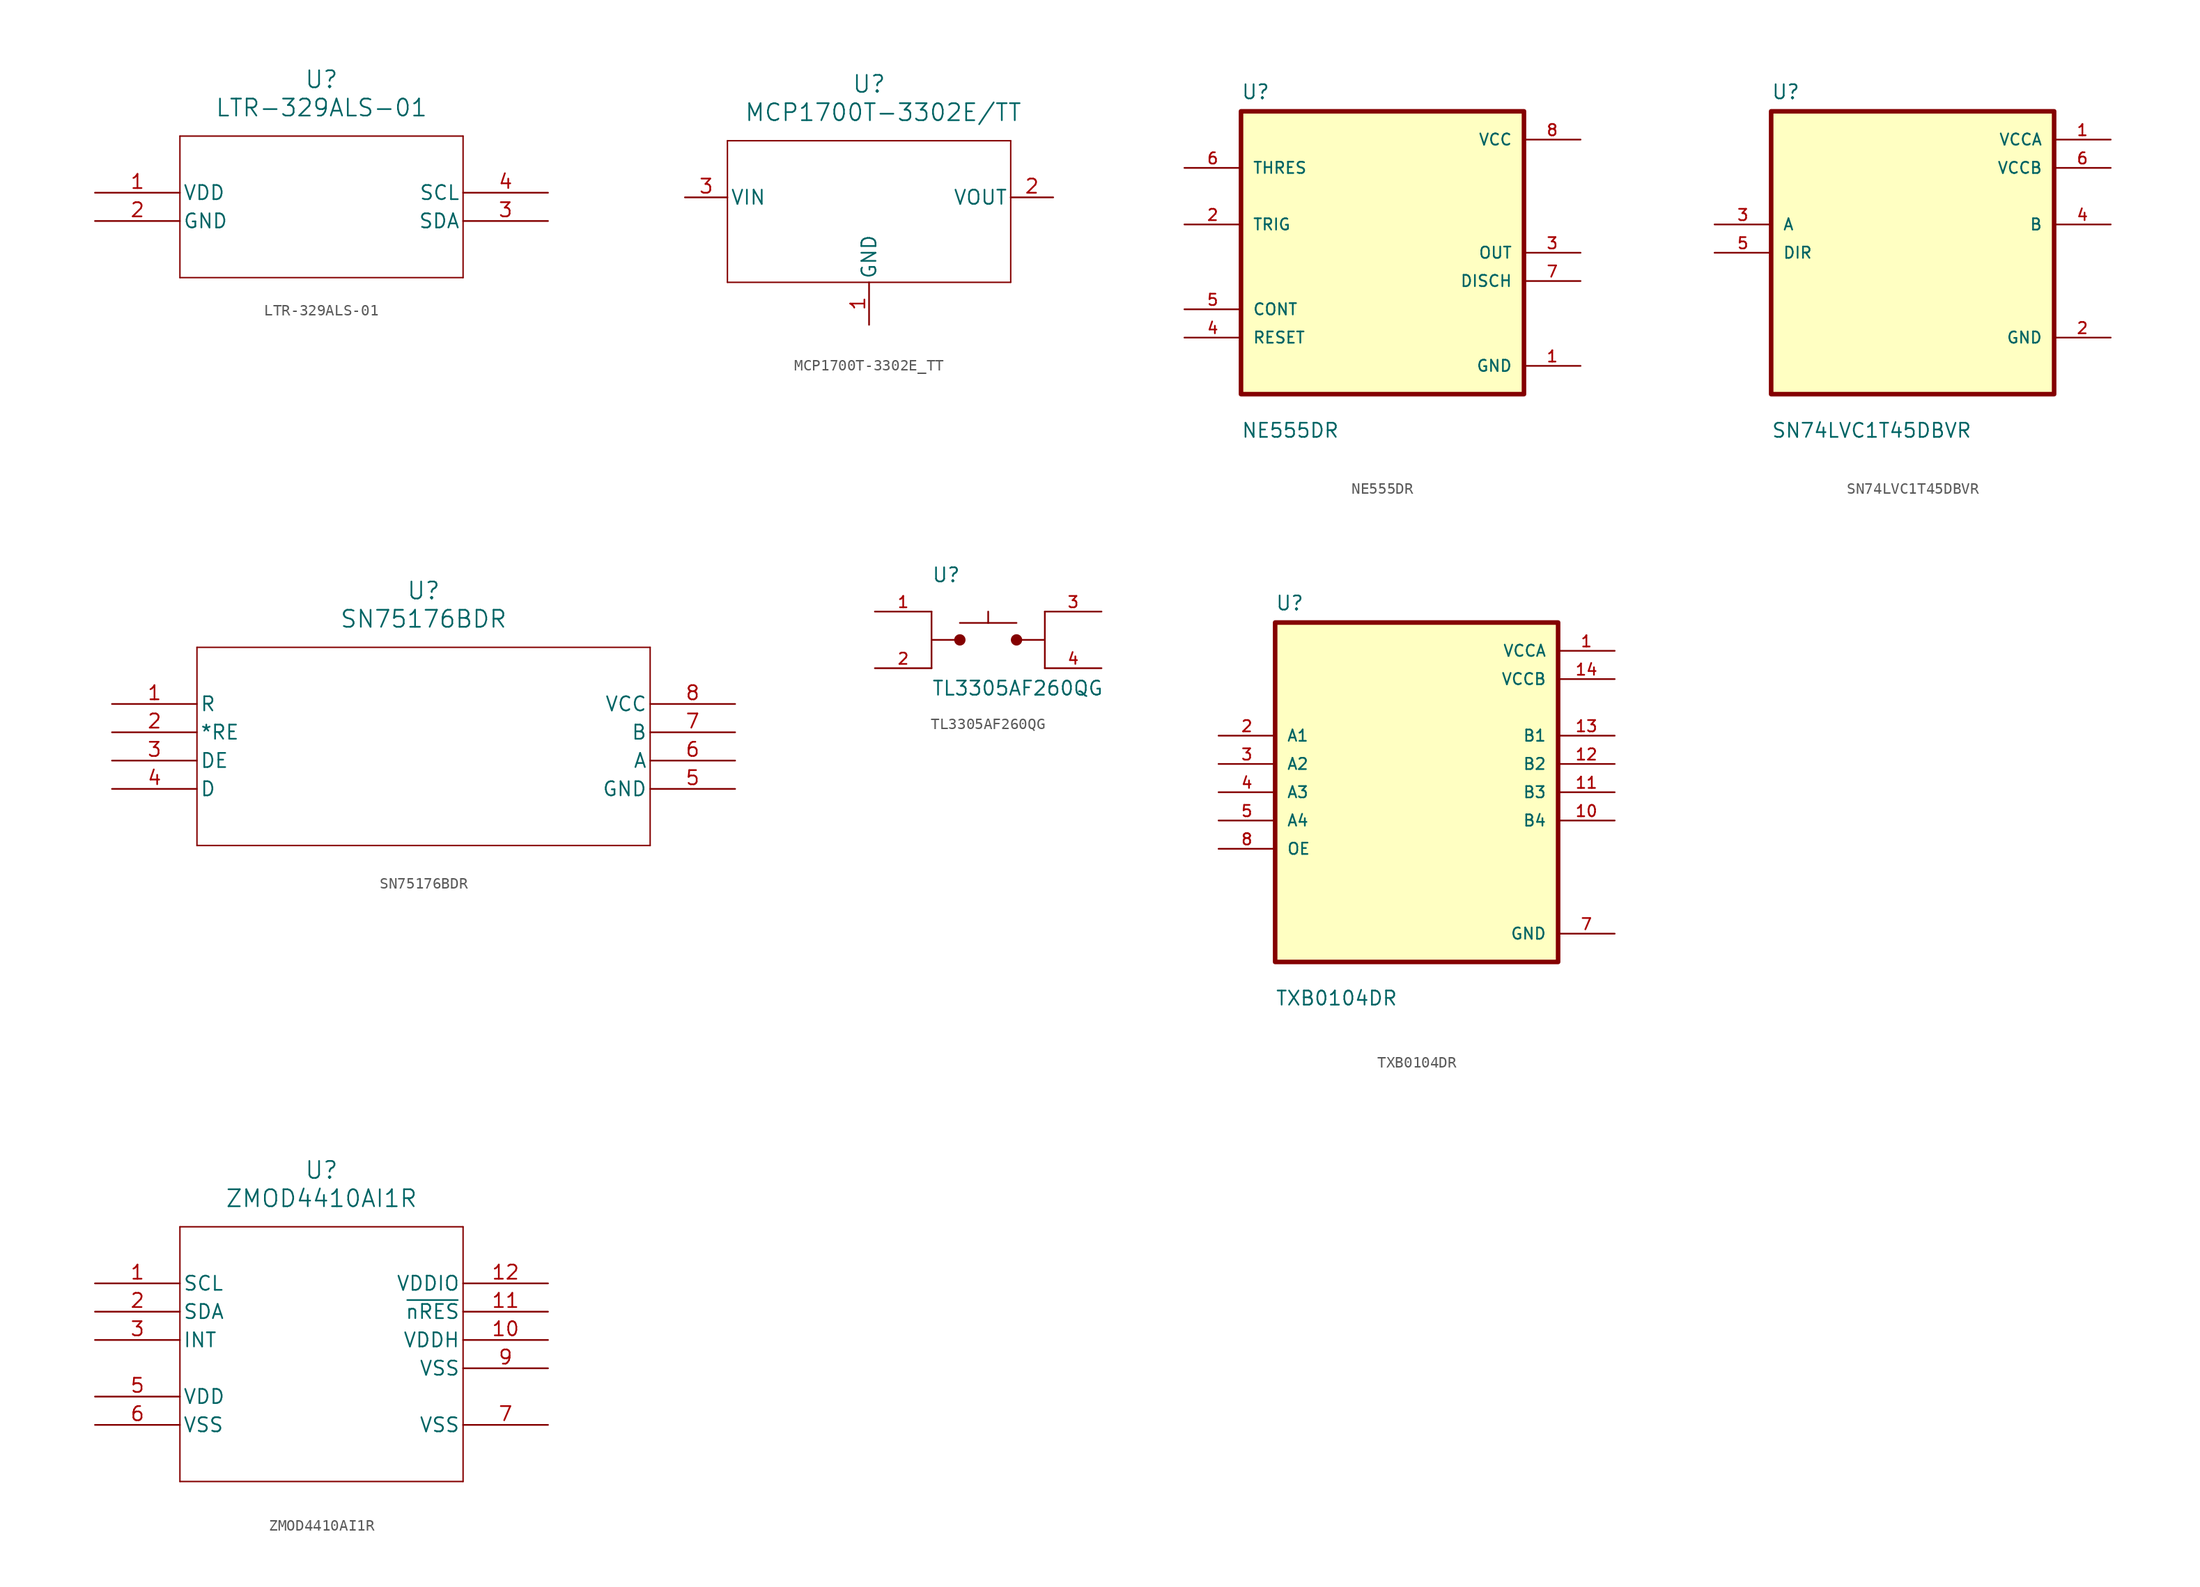
<source format=kicad_sym>
(kicad_symbol_lib
  (version 20241209)
  (generator "kicad_symbol_editor")
  (generator_version "9.0")
  (symbol "LTR-329ALS-01"
    (pin_names
      (offset 0.254))
    (property "Reference" "U"
      (at 20.32 10.16 0)
      (effects (font (size 1.524 1.524))))
    (property "Value" "LTR-329ALS-01"
      (at 20.32 7.62 0)
      (effects (font (size 1.524 1.524))))
    (property "ki_locked" ""
      (at 0 0 0)
      (effects (font (size 1.27 1.27))))
    (symbol "LTR-329ALS-01_0_1"
      (polyline (pts (xy 7.62 5.08) (xy 7.62 -7.62)) (stroke (width 0.127) (type default)) (fill (type none)))
      (polyline (pts (xy 7.62 -7.62) (xy 33.02 -7.62)) (stroke (width 0.127) (type default)) (fill (type none)))
      (polyline (pts (xy 33.02 5.08) (xy 7.62 5.08)) (stroke (width 0.127) (type default)) (fill (type none)))
      (polyline (pts (xy 33.02 -7.62) (xy 33.02 5.08)) (stroke (width 0.127) (type default)) (fill (type none)))
      (pin power_in line (at 0 0 0) (length 7.62) (name "VDD" (effects (font (size 1.27 1.27)))) (number "1" (effects (font (size 1.27 1.27)))))
      (pin power_out line (at 0 -2.54 0) (length 7.62) (name "GND" (effects (font (size 1.27 1.27)))) (number "2" (effects (font (size 1.27 1.27)))))
      (pin input line (at 40.64 0 180) (length 7.62) (name "SCL" (effects (font (size 1.27 1.27)))) (number "4" (effects (font (size 1.27 1.27)))))
      (pin bidirectional line (at 40.64 -2.54 180) (length 7.62) (name "SDA" (effects (font (size 1.27 1.27)))) (number "3" (effects (font (size 1.27 1.27)))))))
  (symbol "MCP1700T-3302E_TT"
    (pin_names
      (offset 0.254))
    (property "Reference" "U"
      (at 0 10.16 0)
      (effects (font (size 1.524 1.524))))
    (property "Value" "MCP1700T-3302E/TT"
      (at 1.27 7.62 0)
      (effects (font (size 1.524 1.524))))
    (symbol "MCP1700T-3302E_TT_0_1"
      (polyline (pts (xy -12.7 5.08) (xy -12.7 -7.62)) (stroke (width 0.127) (type default)) (fill (type none)))
      (polyline (pts (xy -12.7 -7.62) (xy 12.7 -7.62)) (stroke (width 0.127) (type default)) (fill (type none)))
      (polyline (pts (xy 12.7 5.08) (xy -12.7 5.08)) (stroke (width 0.127) (type default)) (fill (type none)))
      (polyline (pts (xy 12.7 -7.62) (xy 12.7 5.08)) (stroke (width 0.127) (type default)) (fill (type none))))
    (symbol "MCP1700T-3302E_TT_1_1"
      (pin unspecified line (at -16.51 0 0) (length 3.81) (name "VIN" (effects (font (size 1.27 1.27)))) (number "3" (effects (font (size 1.27 1.27)))))
      (pin unspecified line (at 0 -11.43 90) (length 3.81) (name "GND" (effects (font (size 1.27 1.27)))) (number "1" (effects (font (size 1.27 1.27)))))
      (pin unspecified line (at 16.51 0 180) (length 3.81) (name "VOUT" (effects (font (size 1.27 1.27)))) (number "2" (effects (font (size 1.27 1.27)))))))
  (symbol "NE555DR"
    (pin_names
      (offset 1.016))
    (property "Reference" "U"
      (at -12.7 13.7 0)
      (effects (font (size 1.27 1.27)) (justify left bottom)))
    (property "Value" "NE555DR"
      (at -12.7 -16.7 0)
      (effects (font (size 1.27 1.27)) (justify left bottom)))
    (symbol "NE555DR_0_0"
      (rectangle (start -12.7 -12.7) (end 12.7 12.7) (stroke (width 0.41) (type default)) (fill (type background)))
      (pin input line (at -17.78 7.62 0) (length 5.08) (name "THRES" (effects (font (size 1.016 1.016)))) (number "6" (effects (font (size 1.016 1.016)))))
      (pin input line (at -17.78 2.54 0) (length 5.08) (name "TRIG" (effects (font (size 1.016 1.016)))) (number "2" (effects (font (size 1.016 1.016)))))
      (pin bidirectional line (at -17.78 -5.08 0) (length 5.08) (name "CONT" (effects (font (size 1.016 1.016)))) (number "5" (effects (font (size 1.016 1.016)))))
      (pin input line (at -17.78 -7.62 0) (length 5.08) (name "RESET" (effects (font (size 1.016 1.016)))) (number "4" (effects (font (size 1.016 1.016)))))
      (pin power_in line (at 17.78 10.16 180) (length 5.08) (name "VCC" (effects (font (size 1.016 1.016)))) (number "8" (effects (font (size 1.016 1.016)))))
      (pin output line (at 17.78 0 180) (length 5.08) (name "OUT" (effects (font (size 1.016 1.016)))) (number "3" (effects (font (size 1.016 1.016)))))
      (pin output line (at 17.78 -2.54 180) (length 5.08) (name "DISCH" (effects (font (size 1.016 1.016)))) (number "7" (effects (font (size 1.016 1.016)))))
      (pin power_in line (at 17.78 -10.16 180) (length 5.08) (name "GND" (effects (font (size 1.016 1.016)))) (number "1" (effects (font (size 1.016 1.016)))))))
  (symbol "SN74LVC1T45DBVR"
    (pin_names
      (offset 1.016))
    (property "Reference" "U"
      (at -12.7 13.7 0)
      (effects (font (size 1.27 1.27)) (justify left bottom)))
    (property "Value" "SN74LVC1T45DBVR"
      (at -12.7 -16.7 0)
      (effects (font (size 1.27 1.27)) (justify left bottom)))
    (symbol "SN74LVC1T45DBVR_0_0"
      (rectangle (start -12.7 -12.7) (end 12.7 12.7) (stroke (width 0.41) (type default)) (fill (type background)))
      (pin input line (at -17.78 2.54 0) (length 5.08) (name "A" (effects (font (size 1.016 1.016)))) (number "3" (effects (font (size 1.016 1.016)))))
      (pin input line (at -17.78 0 0) (length 5.08) (name "DIR" (effects (font (size 1.016 1.016)))) (number "5" (effects (font (size 1.016 1.016)))))
      (pin power_in line (at 17.78 10.16 180) (length 5.08) (name "VCCA" (effects (font (size 1.016 1.016)))) (number "1" (effects (font (size 1.016 1.016)))))
      (pin power_in line (at 17.78 7.62 180) (length 5.08) (name "VCCB" (effects (font (size 1.016 1.016)))) (number "6" (effects (font (size 1.016 1.016)))))
      (pin output line (at 17.78 2.54 180) (length 5.08) (name "B" (effects (font (size 1.016 1.016)))) (number "4" (effects (font (size 1.016 1.016)))))
      (pin power_in line (at 17.78 -7.62 180) (length 5.08) (name "GND" (effects (font (size 1.016 1.016)))) (number "2" (effects (font (size 1.016 1.016)))))))
  (symbol "SN75176BDR"
    (pin_names
      (offset 0.254))
    (property "Reference" "U"
      (at 27.94 10.16 0)
      (effects (font (size 1.524 1.524))))
    (property "Value" "SN75176BDR"
      (at 27.94 7.62 0)
      (effects (font (size 1.524 1.524))))
    (symbol "SN75176BDR_0_1"
      (polyline (pts (xy 7.62 5.08) (xy 7.62 -12.7)) (stroke (width 0.127) (type default)) (fill (type none)))
      (polyline (pts (xy 7.62 -12.7) (xy 48.26 -12.7)) (stroke (width 0.127) (type default)) (fill (type none)))
      (polyline (pts (xy 48.26 5.08) (xy 7.62 5.08)) (stroke (width 0.127) (type default)) (fill (type none)))
      (polyline (pts (xy 48.26 -12.7) (xy 48.26 5.08)) (stroke (width 0.127) (type default)) (fill (type none)))
      (pin output line (at 0 0 0) (length 7.62) (name "R" (effects (font (size 1.27 1.27)))) (number "1" (effects (font (size 1.27 1.27)))))
      (pin unspecified line (at 0 -2.54 0) (length 7.62) (name "*RE" (effects (font (size 1.27 1.27)))) (number "2" (effects (font (size 1.27 1.27)))))
      (pin unspecified line (at 0 -5.08 0) (length 7.62) (name "DE" (effects (font (size 1.27 1.27)))) (number "3" (effects (font (size 1.27 1.27)))))
      (pin input line (at 0 -7.62 0) (length 7.62) (name "D" (effects (font (size 1.27 1.27)))) (number "4" (effects (font (size 1.27 1.27)))))
      (pin power_in line (at 55.88 0 180) (length 7.62) (name "VCC" (effects (font (size 1.27 1.27)))) (number "8" (effects (font (size 1.27 1.27)))))
      (pin bidirectional line (at 55.88 -2.54 180) (length 7.62) (name "B" (effects (font (size 1.27 1.27)))) (number "7" (effects (font (size 1.27 1.27)))))
      (pin bidirectional line (at 55.88 -5.08 180) (length 7.62) (name "A" (effects (font (size 1.27 1.27)))) (number "6" (effects (font (size 1.27 1.27)))))
      (pin power_in line (at 55.88 -7.62 180) (length 7.62) (name "GND" (effects (font (size 1.27 1.27)))) (number "5" (effects (font (size 1.27 1.27)))))))
  (symbol "TL3305AF260QG"
    (pin_names
      (offset 1.016))
    (property "Reference" "U"
      (at -5.08 5.08 0)
      (effects (font (size 1.27 1.27)) (justify left bottom)))
    (property "Value" "TL3305AF260QG"
      (at -5.08 -5.08 0)
      (effects (font (size 1.27 1.27)) (justify left bottom)))
    (symbol "TL3305AF260QG_0_0"
      (polyline (pts (xy -5.08 2.54) (xy -5.08 -2.54)) (stroke (width 0.152) (type default)) (fill (type none)))
      (polyline (pts (xy -5.08 0) (xy -2.54 0)) (stroke (width 0.152) (type default)) (fill (type none)))
      (polyline (pts (xy -2.54 1.524) (xy 0 1.524)) (stroke (width 0.152) (type default)) (fill (type none)))
      (circle (center -2.54 0) (radius 0.254) (stroke (width 0.508) (type default)) (fill (type none)))
      (polyline (pts (xy 0 2.54) (xy 0 1.524)) (stroke (width 0.152) (type default)) (fill (type none)))
      (polyline (pts (xy 0 1.524) (xy 2.54 1.524)) (stroke (width 0.152) (type default)) (fill (type none)))
      (circle (center 2.54 0) (radius 0.254) (stroke (width 0.508) (type default)) (fill (type none)))
      (polyline (pts (xy 5.08 2.54) (xy 5.08 -2.54)) (stroke (width 0.152) (type default)) (fill (type none)))
      (polyline (pts (xy 5.08 0) (xy 2.54 0)) (stroke (width 0.152) (type default)) (fill (type none)))
      (pin passive line (at -10.16 2.54 0) (length 5.08) (name "~" (effects (font (size 1.016 1.016)))) (number "1" (effects (font (size 1.016 1.016)))))
      (pin passive line (at -10.16 -2.54 0) (length 5.08) (name "~" (effects (font (size 1.016 1.016)))) (number "2" (effects (font (size 1.016 1.016)))))
      (pin passive line (at 10.16 2.54 180) (length 5.08) (name "~" (effects (font (size 1.016 1.016)))) (number "3" (effects (font (size 1.016 1.016)))))
      (pin passive line (at 10.16 -2.54 180) (length 5.08) (name "~" (effects (font (size 1.016 1.016)))) (number "4" (effects (font (size 1.016 1.016)))))))
  (symbol "TXB0104DR"
    (pin_names
      (offset 1.016))
    (property "Reference" "U"
      (at -12.7 16.24 0)
      (effects (font (size 1.27 1.27)) (justify left bottom)))
    (property "Value" "TXB0104DR"
      (at -12.7 -19.24 0)
      (effects (font (size 1.27 1.27)) (justify left bottom)))
    (symbol "TXB0104DR_0_0"
      (rectangle (start -12.7 -15.24) (end 12.7 15.24) (stroke (width 0.41) (type default)) (fill (type background)))
      (pin input line (at -17.78 5.08 0) (length 5.08) (name "A1" (effects (font (size 1.016 1.016)))) (number "2" (effects (font (size 1.016 1.016)))))
      (pin input line (at -17.78 2.54 0) (length 5.08) (name "A2" (effects (font (size 1.016 1.016)))) (number "3" (effects (font (size 1.016 1.016)))))
      (pin input line (at -17.78 0 0) (length 5.08) (name "A3" (effects (font (size 1.016 1.016)))) (number "4" (effects (font (size 1.016 1.016)))))
      (pin input line (at -17.78 -2.54 0) (length 5.08) (name "A4" (effects (font (size 1.016 1.016)))) (number "5" (effects (font (size 1.016 1.016)))))
      (pin input line (at -17.78 -5.08 0) (length 5.08) (name "OE" (effects (font (size 1.016 1.016)))) (number "8" (effects (font (size 1.016 1.016)))))
      (pin power_in line (at 17.78 12.7 180) (length 5.08) (name "VCCA" (effects (font (size 1.016 1.016)))) (number "1" (effects (font (size 1.016 1.016)))))
      (pin power_in line (at 17.78 10.16 180) (length 5.08) (name "VCCB" (effects (font (size 1.016 1.016)))) (number "14" (effects (font (size 1.016 1.016)))))
      (pin output line (at 17.78 5.08 180) (length 5.08) (name "B1" (effects (font (size 1.016 1.016)))) (number "13" (effects (font (size 1.016 1.016)))))
      (pin output line (at 17.78 2.54 180) (length 5.08) (name "B2" (effects (font (size 1.016 1.016)))) (number "12" (effects (font (size 1.016 1.016)))))
      (pin output line (at 17.78 0 180) (length 5.08) (name "B3" (effects (font (size 1.016 1.016)))) (number "11" (effects (font (size 1.016 1.016)))))
      (pin output line (at 17.78 -2.54 180) (length 5.08) (name "B4" (effects (font (size 1.016 1.016)))) (number "10" (effects (font (size 1.016 1.016)))))
      (pin power_in line (at 17.78 -12.7 180) (length 5.08) (name "GND" (effects (font (size 1.016 1.016)))) (number "7" (effects (font (size 1.016 1.016)))))))
  (symbol "ZMOD4410AI1R"
    (pin_names
      (offset 0.254))
    (property "Reference" "U"
      (at 0 16.51 0)
      (effects (font (size 1.524 1.524))))
    (property "Value" "ZMOD4410AI1R"
      (at 0 13.97 0)
      (effects (font (size 1.524 1.524))))
    (property "ki_locked" ""
      (at 0 0 0)
      (effects (font (size 1.27 1.27))))
    (symbol "ZMOD4410AI1R_0_1"
      (polyline (pts (xy -12.7 11.43) (xy -12.7 -11.43)) (stroke (width 0.127) (type default)) (fill (type none)))
      (polyline (pts (xy -12.7 -11.43) (xy 12.7 -11.43)) (stroke (width 0.127) (type default)) (fill (type none)))
      (polyline (pts (xy 12.7 11.43) (xy -12.7 11.43)) (stroke (width 0.127) (type default)) (fill (type none)))
      (polyline (pts (xy 12.7 -11.43) (xy 12.7 11.43)) (stroke (width 0.127) (type default)) (fill (type none))))
    (symbol "ZMOD4410AI1R_1_1"
      (pin input line (at -20.32 6.35 0) (length 7.62) (name "SCL" (effects (font (size 1.27 1.27)))) (number "1" (effects (font (size 1.27 1.27)))))
      (pin bidirectional line (at -20.32 3.81 0) (length 7.62) (name "SDA" (effects (font (size 1.27 1.27)))) (number "2" (effects (font (size 1.27 1.27)))))
      (pin output line (at -20.32 1.27 0) (length 7.62) (name "INT" (effects (font (size 1.27 1.27)))) (number "3" (effects (font (size 1.27 1.27)))))
      (pin no_connect line (at -20.32 -1.27 0) (length 7.62) (hide yes) (name "DNC" (effects (font (size 1.27 1.27)))) (number "4" (effects (font (size 1.27 1.27)))))
      (pin power_in line (at -20.32 -3.81 0) (length 7.62) (name "VDD" (effects (font (size 1.27 1.27)))) (number "5" (effects (font (size 1.27 1.27)))))
      (pin power_in line (at -20.32 -6.35 0) (length 7.62) (name "VSS" (effects (font (size 1.27 1.27)))) (number "6" (effects (font (size 1.27 1.27)))))
      (pin power_in line (at 20.32 6.35 180) (length 7.62) (name "VDDIO" (effects (font (size 1.27 1.27)))) (number "12" (effects (font (size 1.27 1.27)))))
      (pin input line (at 20.32 3.81 180) (length 7.62) (name "~{nRES}" (effects (font (size 1.27 1.27)))) (number "11" (effects (font (size 1.27 1.27)))))
      (pin power_in line (at 20.32 1.27 180) (length 7.62) (name "VDDH" (effects (font (size 1.27 1.27)))) (number "10" (effects (font (size 1.27 1.27)))))
      (pin power_in line (at 20.32 -1.27 180) (length 7.62) (name "VSS" (effects (font (size 1.27 1.27)))) (number "9" (effects (font (size 1.27 1.27)))))
      (pin no_connect line (at 20.32 -3.81 180) (length 7.62) (hide yes) (name "DNC" (effects (font (size 1.27 1.27)))) (number "8" (effects (font (size 1.27 1.27)))))
      (pin power_in line (at 20.32 -6.35 180) (length 7.62) (name "VSS" (effects (font (size 1.27 1.27)))) (number "7" (effects (font (size 1.27 1.27))))))))
</source>
